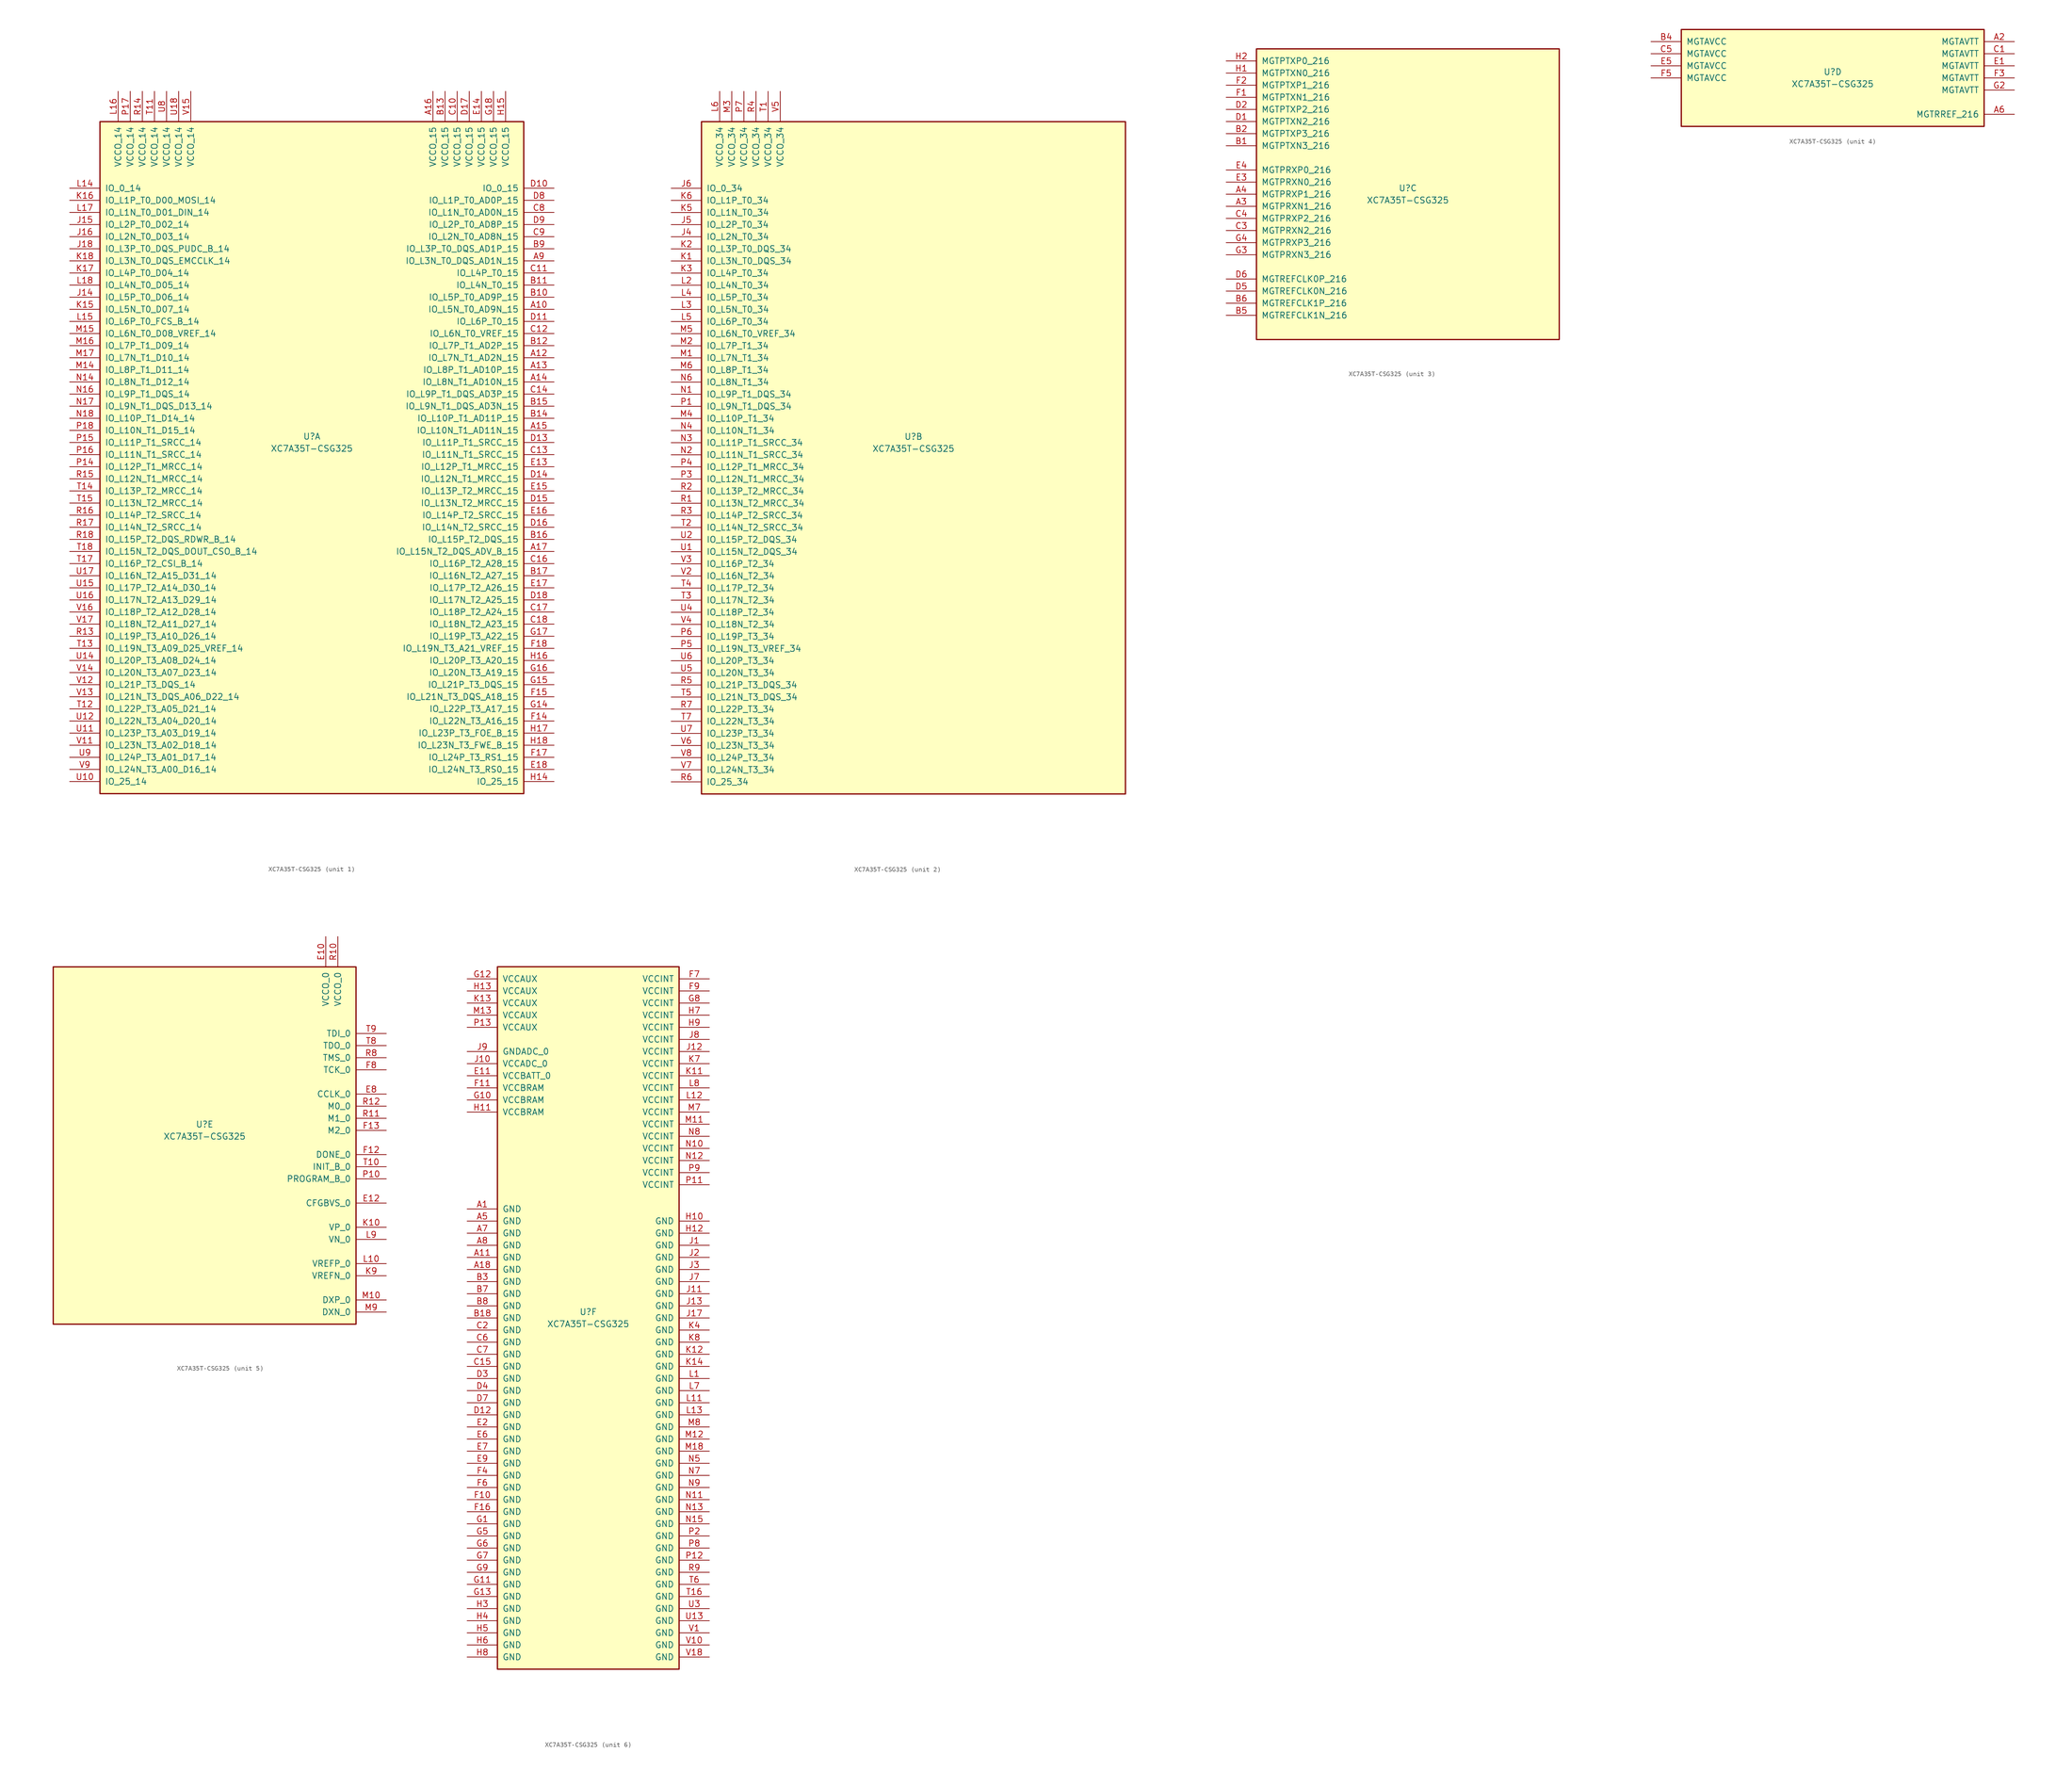
<source format=kicad_sym>
(kicad_symbol_lib
  (version 20211014)
  (generator kicad_symbol_editor)
  (symbol "XC7A35T-CSG325"
    (pin_names
      (offset 1.016))
    (property "Reference" "U"
      (at 0 1.27 0)
      (effects (font (size 1.27 1.27))))
    (property "Value" "XC7A35T-CSG325"
      (at 0 -1.27 0)
      (effects (font (size 1.27 1.27))))
    (property "Datasheet" ""
      (at 0 0 0)
      (effects (font (size 1.27 1.27))))
    (property "ki_locked" ""
      (at 0 0 0)
      (effects (font (size 1.27 1.27))))
    (symbol "XC7A35T-CSG325_1_1"
      (rectangle (start -44.45 67.31) (end 44.45 -73.66) (stroke (width 0.254) (type default) (color 0 0 0 0)) (fill (type background)))
      (pin bidirectional line (at 50.8 27.94 180) (length 6.35) (name "IO_L5N_T0_AD9N_15" (effects (font (size 1.27 1.27)))) (number "A10" (effects (font (size 1.27 1.27)))))
      (pin bidirectional line (at 50.8 17.78 180) (length 6.35) (name "IO_L7N_T1_AD2N_15" (effects (font (size 1.27 1.27)))) (number "A12" (effects (font (size 1.27 1.27)))))
      (pin bidirectional line (at 50.8 15.24 180) (length 6.35) (name "IO_L8P_T1_AD10P_15" (effects (font (size 1.27 1.27)))) (number "A13" (effects (font (size 1.27 1.27)))))
      (pin bidirectional line (at 50.8 12.7 180) (length 6.35) (name "IO_L8N_T1_AD10N_15" (effects (font (size 1.27 1.27)))) (number "A14" (effects (font (size 1.27 1.27)))))
      (pin bidirectional line (at 50.8 2.54 180) (length 6.35) (name "IO_L10N_T1_AD11N_15" (effects (font (size 1.27 1.27)))) (number "A15" (effects (font (size 1.27 1.27)))))
      (pin power_in line (at 25.4 73.66 270) (length 6.35) (name "VCCO_15" (effects (font (size 1.27 1.27)))) (number "A16" (effects (font (size 1.27 1.27)))))
      (pin bidirectional line (at 50.8 -22.86 180) (length 6.35) (name "IO_L15N_T2_DQS_ADV_B_15" (effects (font (size 1.27 1.27)))) (number "A17" (effects (font (size 1.27 1.27)))))
      (pin bidirectional line (at 50.8 38.1 180) (length 6.35) (name "IO_L3N_T0_DQS_AD1N_15" (effects (font (size 1.27 1.27)))) (number "A9" (effects (font (size 1.27 1.27)))))
      (pin bidirectional line (at 50.8 30.48 180) (length 6.35) (name "IO_L5P_T0_AD9P_15" (effects (font (size 1.27 1.27)))) (number "B10" (effects (font (size 1.27 1.27)))))
      (pin bidirectional line (at 50.8 33.02 180) (length 6.35) (name "IO_L4N_T0_15" (effects (font (size 1.27 1.27)))) (number "B11" (effects (font (size 1.27 1.27)))))
      (pin bidirectional line (at 50.8 20.32 180) (length 6.35) (name "IO_L7P_T1_AD2P_15" (effects (font (size 1.27 1.27)))) (number "B12" (effects (font (size 1.27 1.27)))))
      (pin power_in line (at 27.94 73.66 270) (length 6.35) (name "VCCO_15" (effects (font (size 1.27 1.27)))) (number "B13" (effects (font (size 1.27 1.27)))))
      (pin bidirectional line (at 50.8 5.08 180) (length 6.35) (name "IO_L10P_T1_AD11P_15" (effects (font (size 1.27 1.27)))) (number "B14" (effects (font (size 1.27 1.27)))))
      (pin bidirectional line (at 50.8 7.62 180) (length 6.35) (name "IO_L9N_T1_DQS_AD3N_15" (effects (font (size 1.27 1.27)))) (number "B15" (effects (font (size 1.27 1.27)))))
      (pin bidirectional line (at 50.8 -20.32 180) (length 6.35) (name "IO_L15P_T2_DQS_15" (effects (font (size 1.27 1.27)))) (number "B16" (effects (font (size 1.27 1.27)))))
      (pin bidirectional line (at 50.8 -27.94 180) (length 6.35) (name "IO_L16N_T2_A27_15" (effects (font (size 1.27 1.27)))) (number "B17" (effects (font (size 1.27 1.27)))))
      (pin bidirectional line (at 50.8 40.64 180) (length 6.35) (name "IO_L3P_T0_DQS_AD1P_15" (effects (font (size 1.27 1.27)))) (number "B9" (effects (font (size 1.27 1.27)))))
      (pin power_in line (at 30.48 73.66 270) (length 6.35) (name "VCCO_15" (effects (font (size 1.27 1.27)))) (number "C10" (effects (font (size 1.27 1.27)))))
      (pin bidirectional line (at 50.8 35.56 180) (length 6.35) (name "IO_L4P_T0_15" (effects (font (size 1.27 1.27)))) (number "C11" (effects (font (size 1.27 1.27)))))
      (pin bidirectional line (at 50.8 22.86 180) (length 6.35) (name "IO_L6N_T0_VREF_15" (effects (font (size 1.27 1.27)))) (number "C12" (effects (font (size 1.27 1.27)))))
      (pin bidirectional line (at 50.8 -2.54 180) (length 6.35) (name "IO_L11N_T1_SRCC_15" (effects (font (size 1.27 1.27)))) (number "C13" (effects (font (size 1.27 1.27)))))
      (pin bidirectional line (at 50.8 10.16 180) (length 6.35) (name "IO_L9P_T1_DQS_AD3P_15" (effects (font (size 1.27 1.27)))) (number "C14" (effects (font (size 1.27 1.27)))))
      (pin bidirectional line (at 50.8 -25.4 180) (length 6.35) (name "IO_L16P_T2_A28_15" (effects (font (size 1.27 1.27)))) (number "C16" (effects (font (size 1.27 1.27)))))
      (pin bidirectional line (at 50.8 -35.56 180) (length 6.35) (name "IO_L18P_T2_A24_15" (effects (font (size 1.27 1.27)))) (number "C17" (effects (font (size 1.27 1.27)))))
      (pin bidirectional line (at 50.8 -38.1 180) (length 6.35) (name "IO_L18N_T2_A23_15" (effects (font (size 1.27 1.27)))) (number "C18" (effects (font (size 1.27 1.27)))))
      (pin bidirectional line (at 50.8 48.26 180) (length 6.35) (name "IO_L1N_T0_AD0N_15" (effects (font (size 1.27 1.27)))) (number "C8" (effects (font (size 1.27 1.27)))))
      (pin bidirectional line (at 50.8 43.18 180) (length 6.35) (name "IO_L2N_T0_AD8N_15" (effects (font (size 1.27 1.27)))) (number "C9" (effects (font (size 1.27 1.27)))))
      (pin bidirectional line (at 50.8 53.34 180) (length 6.35) (name "IO_0_15" (effects (font (size 1.27 1.27)))) (number "D10" (effects (font (size 1.27 1.27)))))
      (pin bidirectional line (at 50.8 25.4 180) (length 6.35) (name "IO_L6P_T0_15" (effects (font (size 1.27 1.27)))) (number "D11" (effects (font (size 1.27 1.27)))))
      (pin bidirectional line (at 50.8 0 180) (length 6.35) (name "IO_L11P_T1_SRCC_15" (effects (font (size 1.27 1.27)))) (number "D13" (effects (font (size 1.27 1.27)))))
      (pin bidirectional line (at 50.8 -7.62 180) (length 6.35) (name "IO_L12N_T1_MRCC_15" (effects (font (size 1.27 1.27)))) (number "D14" (effects (font (size 1.27 1.27)))))
      (pin bidirectional line (at 50.8 -12.7 180) (length 6.35) (name "IO_L13N_T2_MRCC_15" (effects (font (size 1.27 1.27)))) (number "D15" (effects (font (size 1.27 1.27)))))
      (pin bidirectional line (at 50.8 -17.78 180) (length 6.35) (name "IO_L14N_T2_SRCC_15" (effects (font (size 1.27 1.27)))) (number "D16" (effects (font (size 1.27 1.27)))))
      (pin power_in line (at 33.02 73.66 270) (length 6.35) (name "VCCO_15" (effects (font (size 1.27 1.27)))) (number "D17" (effects (font (size 1.27 1.27)))))
      (pin bidirectional line (at 50.8 -33.02 180) (length 6.35) (name "IO_L17N_T2_A25_15" (effects (font (size 1.27 1.27)))) (number "D18" (effects (font (size 1.27 1.27)))))
      (pin bidirectional line (at 50.8 50.8 180) (length 6.35) (name "IO_L1P_T0_AD0P_15" (effects (font (size 1.27 1.27)))) (number "D8" (effects (font (size 1.27 1.27)))))
      (pin bidirectional line (at 50.8 45.72 180) (length 6.35) (name "IO_L2P_T0_AD8P_15" (effects (font (size 1.27 1.27)))) (number "D9" (effects (font (size 1.27 1.27)))))
      (pin bidirectional line (at 50.8 -5.08 180) (length 6.35) (name "IO_L12P_T1_MRCC_15" (effects (font (size 1.27 1.27)))) (number "E13" (effects (font (size 1.27 1.27)))))
      (pin power_in line (at 35.56 73.66 270) (length 6.35) (name "VCCO_15" (effects (font (size 1.27 1.27)))) (number "E14" (effects (font (size 1.27 1.27)))))
      (pin bidirectional line (at 50.8 -10.16 180) (length 6.35) (name "IO_L13P_T2_MRCC_15" (effects (font (size 1.27 1.27)))) (number "E15" (effects (font (size 1.27 1.27)))))
      (pin bidirectional line (at 50.8 -15.24 180) (length 6.35) (name "IO_L14P_T2_SRCC_15" (effects (font (size 1.27 1.27)))) (number "E16" (effects (font (size 1.27 1.27)))))
      (pin bidirectional line (at 50.8 -30.48 180) (length 6.35) (name "IO_L17P_T2_A26_15" (effects (font (size 1.27 1.27)))) (number "E17" (effects (font (size 1.27 1.27)))))
      (pin bidirectional line (at 50.8 -68.58 180) (length 6.35) (name "IO_L24N_T3_RS0_15" (effects (font (size 1.27 1.27)))) (number "E18" (effects (font (size 1.27 1.27)))))
      (pin bidirectional line (at 50.8 -58.42 180) (length 6.35) (name "IO_L22N_T3_A16_15" (effects (font (size 1.27 1.27)))) (number "F14" (effects (font (size 1.27 1.27)))))
      (pin bidirectional line (at 50.8 -53.34 180) (length 6.35) (name "IO_L21N_T3_DQS_A18_15" (effects (font (size 1.27 1.27)))) (number "F15" (effects (font (size 1.27 1.27)))))
      (pin bidirectional line (at 50.8 -66.04 180) (length 6.35) (name "IO_L24P_T3_RS1_15" (effects (font (size 1.27 1.27)))) (number "F17" (effects (font (size 1.27 1.27)))))
      (pin bidirectional line (at 50.8 -43.18 180) (length 6.35) (name "IO_L19N_T3_A21_VREF_15" (effects (font (size 1.27 1.27)))) (number "F18" (effects (font (size 1.27 1.27)))))
      (pin bidirectional line (at 50.8 -55.88 180) (length 6.35) (name "IO_L22P_T3_A17_15" (effects (font (size 1.27 1.27)))) (number "G14" (effects (font (size 1.27 1.27)))))
      (pin bidirectional line (at 50.8 -50.8 180) (length 6.35) (name "IO_L21P_T3_DQS_15" (effects (font (size 1.27 1.27)))) (number "G15" (effects (font (size 1.27 1.27)))))
      (pin bidirectional line (at 50.8 -48.26 180) (length 6.35) (name "IO_L20N_T3_A19_15" (effects (font (size 1.27 1.27)))) (number "G16" (effects (font (size 1.27 1.27)))))
      (pin bidirectional line (at 50.8 -40.64 180) (length 6.35) (name "IO_L19P_T3_A22_15" (effects (font (size 1.27 1.27)))) (number "G17" (effects (font (size 1.27 1.27)))))
      (pin power_in line (at 38.1 73.66 270) (length 6.35) (name "VCCO_15" (effects (font (size 1.27 1.27)))) (number "G18" (effects (font (size 1.27 1.27)))))
      (pin bidirectional line (at 50.8 -71.12 180) (length 6.35) (name "IO_25_15" (effects (font (size 1.27 1.27)))) (number "H14" (effects (font (size 1.27 1.27)))))
      (pin power_in line (at 40.64 73.66 270) (length 6.35) (name "VCCO_15" (effects (font (size 1.27 1.27)))) (number "H15" (effects (font (size 1.27 1.27)))))
      (pin bidirectional line (at 50.8 -45.72 180) (length 6.35) (name "IO_L20P_T3_A20_15" (effects (font (size 1.27 1.27)))) (number "H16" (effects (font (size 1.27 1.27)))))
      (pin bidirectional line (at 50.8 -60.96 180) (length 6.35) (name "IO_L23P_T3_FOE_B_15" (effects (font (size 1.27 1.27)))) (number "H17" (effects (font (size 1.27 1.27)))))
      (pin bidirectional line (at 50.8 -63.5 180) (length 6.35) (name "IO_L23N_T3_FWE_B_15" (effects (font (size 1.27 1.27)))) (number "H18" (effects (font (size 1.27 1.27)))))
      (pin bidirectional line (at -50.8 30.48 0) (length 6.35) (name "IO_L5P_T0_D06_14" (effects (font (size 1.27 1.27)))) (number "J14" (effects (font (size 1.27 1.27)))))
      (pin bidirectional line (at -50.8 45.72 0) (length 6.35) (name "IO_L2P_T0_D02_14" (effects (font (size 1.27 1.27)))) (number "J15" (effects (font (size 1.27 1.27)))))
      (pin bidirectional line (at -50.8 43.18 0) (length 6.35) (name "IO_L2N_T0_D03_14" (effects (font (size 1.27 1.27)))) (number "J16" (effects (font (size 1.27 1.27)))))
      (pin bidirectional line (at -50.8 40.64 0) (length 6.35) (name "IO_L3P_T0_DQS_PUDC_B_14" (effects (font (size 1.27 1.27)))) (number "J18" (effects (font (size 1.27 1.27)))))
      (pin bidirectional line (at -50.8 27.94 0) (length 6.35) (name "IO_L5N_T0_D07_14" (effects (font (size 1.27 1.27)))) (number "K15" (effects (font (size 1.27 1.27)))))
      (pin bidirectional line (at -50.8 50.8 0) (length 6.35) (name "IO_L1P_T0_D00_MOSI_14" (effects (font (size 1.27 1.27)))) (number "K16" (effects (font (size 1.27 1.27)))))
      (pin bidirectional line (at -50.8 35.56 0) (length 6.35) (name "IO_L4P_T0_D04_14" (effects (font (size 1.27 1.27)))) (number "K17" (effects (font (size 1.27 1.27)))))
      (pin bidirectional line (at -50.8 38.1 0) (length 6.35) (name "IO_L3N_T0_DQS_EMCCLK_14" (effects (font (size 1.27 1.27)))) (number "K18" (effects (font (size 1.27 1.27)))))
      (pin bidirectional line (at -50.8 53.34 0) (length 6.35) (name "IO_0_14" (effects (font (size 1.27 1.27)))) (number "L14" (effects (font (size 1.27 1.27)))))
      (pin bidirectional line (at -50.8 25.4 0) (length 6.35) (name "IO_L6P_T0_FCS_B_14" (effects (font (size 1.27 1.27)))) (number "L15" (effects (font (size 1.27 1.27)))))
      (pin power_in line (at -40.64 73.66 270) (length 6.35) (name "VCCO_14" (effects (font (size 1.27 1.27)))) (number "L16" (effects (font (size 1.27 1.27)))))
      (pin bidirectional line (at -50.8 48.26 0) (length 6.35) (name "IO_L1N_T0_D01_DIN_14" (effects (font (size 1.27 1.27)))) (number "L17" (effects (font (size 1.27 1.27)))))
      (pin bidirectional line (at -50.8 33.02 0) (length 6.35) (name "IO_L4N_T0_D05_14" (effects (font (size 1.27 1.27)))) (number "L18" (effects (font (size 1.27 1.27)))))
      (pin bidirectional line (at -50.8 15.24 0) (length 6.35) (name "IO_L8P_T1_D11_14" (effects (font (size 1.27 1.27)))) (number "M14" (effects (font (size 1.27 1.27)))))
      (pin bidirectional line (at -50.8 22.86 0) (length 6.35) (name "IO_L6N_T0_D08_VREF_14" (effects (font (size 1.27 1.27)))) (number "M15" (effects (font (size 1.27 1.27)))))
      (pin bidirectional line (at -50.8 20.32 0) (length 6.35) (name "IO_L7P_T1_D09_14" (effects (font (size 1.27 1.27)))) (number "M16" (effects (font (size 1.27 1.27)))))
      (pin bidirectional line (at -50.8 17.78 0) (length 6.35) (name "IO_L7N_T1_D10_14" (effects (font (size 1.27 1.27)))) (number "M17" (effects (font (size 1.27 1.27)))))
      (pin bidirectional line (at -50.8 12.7 0) (length 6.35) (name "IO_L8N_T1_D12_14" (effects (font (size 1.27 1.27)))) (number "N14" (effects (font (size 1.27 1.27)))))
      (pin bidirectional line (at -50.8 10.16 0) (length 6.35) (name "IO_L9P_T1_DQS_14" (effects (font (size 1.27 1.27)))) (number "N16" (effects (font (size 1.27 1.27)))))
      (pin bidirectional line (at -50.8 7.62 0) (length 6.35) (name "IO_L9N_T1_DQS_D13_14" (effects (font (size 1.27 1.27)))) (number "N17" (effects (font (size 1.27 1.27)))))
      (pin bidirectional line (at -50.8 5.08 0) (length 6.35) (name "IO_L10P_T1_D14_14" (effects (font (size 1.27 1.27)))) (number "N18" (effects (font (size 1.27 1.27)))))
      (pin bidirectional line (at -50.8 -5.08 0) (length 6.35) (name "IO_L12P_T1_MRCC_14" (effects (font (size 1.27 1.27)))) (number "P14" (effects (font (size 1.27 1.27)))))
      (pin bidirectional line (at -50.8 0 0) (length 6.35) (name "IO_L11P_T1_SRCC_14" (effects (font (size 1.27 1.27)))) (number "P15" (effects (font (size 1.27 1.27)))))
      (pin bidirectional line (at -50.8 -2.54 0) (length 6.35) (name "IO_L11N_T1_SRCC_14" (effects (font (size 1.27 1.27)))) (number "P16" (effects (font (size 1.27 1.27)))))
      (pin power_in line (at -38.1 73.66 270) (length 6.35) (name "VCCO_14" (effects (font (size 1.27 1.27)))) (number "P17" (effects (font (size 1.27 1.27)))))
      (pin bidirectional line (at -50.8 2.54 0) (length 6.35) (name "IO_L10N_T1_D15_14" (effects (font (size 1.27 1.27)))) (number "P18" (effects (font (size 1.27 1.27)))))
      (pin bidirectional line (at -50.8 -40.64 0) (length 6.35) (name "IO_L19P_T3_A10_D26_14" (effects (font (size 1.27 1.27)))) (number "R13" (effects (font (size 1.27 1.27)))))
      (pin power_in line (at -35.56 73.66 270) (length 6.35) (name "VCCO_14" (effects (font (size 1.27 1.27)))) (number "R14" (effects (font (size 1.27 1.27)))))
      (pin bidirectional line (at -50.8 -7.62 0) (length 6.35) (name "IO_L12N_T1_MRCC_14" (effects (font (size 1.27 1.27)))) (number "R15" (effects (font (size 1.27 1.27)))))
      (pin bidirectional line (at -50.8 -15.24 0) (length 6.35) (name "IO_L14P_T2_SRCC_14" (effects (font (size 1.27 1.27)))) (number "R16" (effects (font (size 1.27 1.27)))))
      (pin bidirectional line (at -50.8 -17.78 0) (length 6.35) (name "IO_L14N_T2_SRCC_14" (effects (font (size 1.27 1.27)))) (number "R17" (effects (font (size 1.27 1.27)))))
      (pin bidirectional line (at -50.8 -20.32 0) (length 6.35) (name "IO_L15P_T2_DQS_RDWR_B_14" (effects (font (size 1.27 1.27)))) (number "R18" (effects (font (size 1.27 1.27)))))
      (pin power_in line (at -33.02 73.66 270) (length 6.35) (name "VCCO_14" (effects (font (size 1.27 1.27)))) (number "T11" (effects (font (size 1.27 1.27)))))
      (pin bidirectional line (at -50.8 -55.88 0) (length 6.35) (name "IO_L22P_T3_A05_D21_14" (effects (font (size 1.27 1.27)))) (number "T12" (effects (font (size 1.27 1.27)))))
      (pin bidirectional line (at -50.8 -43.18 0) (length 6.35) (name "IO_L19N_T3_A09_D25_VREF_14" (effects (font (size 1.27 1.27)))) (number "T13" (effects (font (size 1.27 1.27)))))
      (pin bidirectional line (at -50.8 -10.16 0) (length 6.35) (name "IO_L13P_T2_MRCC_14" (effects (font (size 1.27 1.27)))) (number "T14" (effects (font (size 1.27 1.27)))))
      (pin bidirectional line (at -50.8 -12.7 0) (length 6.35) (name "IO_L13N_T2_MRCC_14" (effects (font (size 1.27 1.27)))) (number "T15" (effects (font (size 1.27 1.27)))))
      (pin bidirectional line (at -50.8 -25.4 0) (length 6.35) (name "IO_L16P_T2_CSI_B_14" (effects (font (size 1.27 1.27)))) (number "T17" (effects (font (size 1.27 1.27)))))
      (pin bidirectional line (at -50.8 -22.86 0) (length 6.35) (name "IO_L15N_T2_DQS_DOUT_CSO_B_14" (effects (font (size 1.27 1.27)))) (number "T18" (effects (font (size 1.27 1.27)))))
      (pin bidirectional line (at -50.8 -71.12 0) (length 6.35) (name "IO_25_14" (effects (font (size 1.27 1.27)))) (number "U10" (effects (font (size 1.27 1.27)))))
      (pin bidirectional line (at -50.8 -60.96 0) (length 6.35) (name "IO_L23P_T3_A03_D19_14" (effects (font (size 1.27 1.27)))) (number "U11" (effects (font (size 1.27 1.27)))))
      (pin bidirectional line (at -50.8 -58.42 0) (length 6.35) (name "IO_L22N_T3_A04_D20_14" (effects (font (size 1.27 1.27)))) (number "U12" (effects (font (size 1.27 1.27)))))
      (pin bidirectional line (at -50.8 -45.72 0) (length 6.35) (name "IO_L20P_T3_A08_D24_14" (effects (font (size 1.27 1.27)))) (number "U14" (effects (font (size 1.27 1.27)))))
      (pin bidirectional line (at -50.8 -30.48 0) (length 6.35) (name "IO_L17P_T2_A14_D30_14" (effects (font (size 1.27 1.27)))) (number "U15" (effects (font (size 1.27 1.27)))))
      (pin bidirectional line (at -50.8 -33.02 0) (length 6.35) (name "IO_L17N_T2_A13_D29_14" (effects (font (size 1.27 1.27)))) (number "U16" (effects (font (size 1.27 1.27)))))
      (pin bidirectional line (at -50.8 -27.94 0) (length 6.35) (name "IO_L16N_T2_A15_D31_14" (effects (font (size 1.27 1.27)))) (number "U17" (effects (font (size 1.27 1.27)))))
      (pin power_in line (at -27.94 73.66 270) (length 6.35) (name "VCCO_14" (effects (font (size 1.27 1.27)))) (number "U18" (effects (font (size 1.27 1.27)))))
      (pin power_in line (at -30.48 73.66 270) (length 6.35) (name "VCCO_14" (effects (font (size 1.27 1.27)))) (number "U8" (effects (font (size 1.27 1.27)))))
      (pin bidirectional line (at -50.8 -66.04 0) (length 6.35) (name "IO_L24P_T3_A01_D17_14" (effects (font (size 1.27 1.27)))) (number "U9" (effects (font (size 1.27 1.27)))))
      (pin bidirectional line (at -50.8 -63.5 0) (length 6.35) (name "IO_L23N_T3_A02_D18_14" (effects (font (size 1.27 1.27)))) (number "V11" (effects (font (size 1.27 1.27)))))
      (pin bidirectional line (at -50.8 -50.8 0) (length 6.35) (name "IO_L21P_T3_DQS_14" (effects (font (size 1.27 1.27)))) (number "V12" (effects (font (size 1.27 1.27)))))
      (pin bidirectional line (at -50.8 -53.34 0) (length 6.35) (name "IO_L21N_T3_DQS_A06_D22_14" (effects (font (size 1.27 1.27)))) (number "V13" (effects (font (size 1.27 1.27)))))
      (pin bidirectional line (at -50.8 -48.26 0) (length 6.35) (name "IO_L20N_T3_A07_D23_14" (effects (font (size 1.27 1.27)))) (number "V14" (effects (font (size 1.27 1.27)))))
      (pin power_in line (at -25.4 73.66 270) (length 6.35) (name "VCCO_14" (effects (font (size 1.27 1.27)))) (number "V15" (effects (font (size 1.27 1.27)))))
      (pin bidirectional line (at -50.8 -35.56 0) (length 6.35) (name "IO_L18P_T2_A12_D28_14" (effects (font (size 1.27 1.27)))) (number "V16" (effects (font (size 1.27 1.27)))))
      (pin bidirectional line (at -50.8 -38.1 0) (length 6.35) (name "IO_L18N_T2_A11_D27_14" (effects (font (size 1.27 1.27)))) (number "V17" (effects (font (size 1.27 1.27)))))
      (pin bidirectional line (at -50.8 -68.58 0) (length 6.35) (name "IO_L24N_T3_A00_D16_14" (effects (font (size 1.27 1.27)))) (number "V9" (effects (font (size 1.27 1.27))))))
    (symbol "XC7A35T-CSG325_2_1"
      (rectangle (start -44.45 67.31) (end 44.45 -73.66) (stroke (width 0.254) (type default) (color 0 0 0 0)) (fill (type background)))
      (pin bidirectional line (at -50.8 43.18 0) (length 6.35) (name "IO_L2N_T0_34" (effects (font (size 1.27 1.27)))) (number "J4" (effects (font (size 1.27 1.27)))))
      (pin bidirectional line (at -50.8 45.72 0) (length 6.35) (name "IO_L2P_T0_34" (effects (font (size 1.27 1.27)))) (number "J5" (effects (font (size 1.27 1.27)))))
      (pin bidirectional line (at -50.8 53.34 0) (length 6.35) (name "IO_0_34" (effects (font (size 1.27 1.27)))) (number "J6" (effects (font (size 1.27 1.27)))))
      (pin bidirectional line (at -50.8 38.1 0) (length 6.35) (name "IO_L3N_T0_DQS_34" (effects (font (size 1.27 1.27)))) (number "K1" (effects (font (size 1.27 1.27)))))
      (pin bidirectional line (at -50.8 40.64 0) (length 6.35) (name "IO_L3P_T0_DQS_34" (effects (font (size 1.27 1.27)))) (number "K2" (effects (font (size 1.27 1.27)))))
      (pin bidirectional line (at -50.8 35.56 0) (length 6.35) (name "IO_L4P_T0_34" (effects (font (size 1.27 1.27)))) (number "K3" (effects (font (size 1.27 1.27)))))
      (pin bidirectional line (at -50.8 48.26 0) (length 6.35) (name "IO_L1N_T0_34" (effects (font (size 1.27 1.27)))) (number "K5" (effects (font (size 1.27 1.27)))))
      (pin bidirectional line (at -50.8 50.8 0) (length 6.35) (name "IO_L1P_T0_34" (effects (font (size 1.27 1.27)))) (number "K6" (effects (font (size 1.27 1.27)))))
      (pin bidirectional line (at -50.8 33.02 0) (length 6.35) (name "IO_L4N_T0_34" (effects (font (size 1.27 1.27)))) (number "L2" (effects (font (size 1.27 1.27)))))
      (pin bidirectional line (at -50.8 27.94 0) (length 6.35) (name "IO_L5N_T0_34" (effects (font (size 1.27 1.27)))) (number "L3" (effects (font (size 1.27 1.27)))))
      (pin bidirectional line (at -50.8 30.48 0) (length 6.35) (name "IO_L5P_T0_34" (effects (font (size 1.27 1.27)))) (number "L4" (effects (font (size 1.27 1.27)))))
      (pin bidirectional line (at -50.8 25.4 0) (length 6.35) (name "IO_L6P_T0_34" (effects (font (size 1.27 1.27)))) (number "L5" (effects (font (size 1.27 1.27)))))
      (pin power_in line (at -40.64 73.66 270) (length 6.35) (name "VCCO_34" (effects (font (size 1.27 1.27)))) (number "L6" (effects (font (size 1.27 1.27)))))
      (pin bidirectional line (at -50.8 17.78 0) (length 6.35) (name "IO_L7N_T1_34" (effects (font (size 1.27 1.27)))) (number "M1" (effects (font (size 1.27 1.27)))))
      (pin bidirectional line (at -50.8 20.32 0) (length 6.35) (name "IO_L7P_T1_34" (effects (font (size 1.27 1.27)))) (number "M2" (effects (font (size 1.27 1.27)))))
      (pin power_in line (at -38.1 73.66 270) (length 6.35) (name "VCCO_34" (effects (font (size 1.27 1.27)))) (number "M3" (effects (font (size 1.27 1.27)))))
      (pin bidirectional line (at -50.8 5.08 0) (length 6.35) (name "IO_L10P_T1_34" (effects (font (size 1.27 1.27)))) (number "M4" (effects (font (size 1.27 1.27)))))
      (pin bidirectional line (at -50.8 22.86 0) (length 6.35) (name "IO_L6N_T0_VREF_34" (effects (font (size 1.27 1.27)))) (number "M5" (effects (font (size 1.27 1.27)))))
      (pin bidirectional line (at -50.8 15.24 0) (length 6.35) (name "IO_L8P_T1_34" (effects (font (size 1.27 1.27)))) (number "M6" (effects (font (size 1.27 1.27)))))
      (pin bidirectional line (at -50.8 10.16 0) (length 6.35) (name "IO_L9P_T1_DQS_34" (effects (font (size 1.27 1.27)))) (number "N1" (effects (font (size 1.27 1.27)))))
      (pin bidirectional line (at -50.8 -2.54 0) (length 6.35) (name "IO_L11N_T1_SRCC_34" (effects (font (size 1.27 1.27)))) (number "N2" (effects (font (size 1.27 1.27)))))
      (pin bidirectional line (at -50.8 0 0) (length 6.35) (name "IO_L11P_T1_SRCC_34" (effects (font (size 1.27 1.27)))) (number "N3" (effects (font (size 1.27 1.27)))))
      (pin bidirectional line (at -50.8 2.54 0) (length 6.35) (name "IO_L10N_T1_34" (effects (font (size 1.27 1.27)))) (number "N4" (effects (font (size 1.27 1.27)))))
      (pin bidirectional line (at -50.8 12.7 0) (length 6.35) (name "IO_L8N_T1_34" (effects (font (size 1.27 1.27)))) (number "N6" (effects (font (size 1.27 1.27)))))
      (pin bidirectional line (at -50.8 7.62 0) (length 6.35) (name "IO_L9N_T1_DQS_34" (effects (font (size 1.27 1.27)))) (number "P1" (effects (font (size 1.27 1.27)))))
      (pin bidirectional line (at -50.8 -7.62 0) (length 6.35) (name "IO_L12N_T1_MRCC_34" (effects (font (size 1.27 1.27)))) (number "P3" (effects (font (size 1.27 1.27)))))
      (pin bidirectional line (at -50.8 -5.08 0) (length 6.35) (name "IO_L12P_T1_MRCC_34" (effects (font (size 1.27 1.27)))) (number "P4" (effects (font (size 1.27 1.27)))))
      (pin bidirectional line (at -50.8 -43.18 0) (length 6.35) (name "IO_L19N_T3_VREF_34" (effects (font (size 1.27 1.27)))) (number "P5" (effects (font (size 1.27 1.27)))))
      (pin bidirectional line (at -50.8 -40.64 0) (length 6.35) (name "IO_L19P_T3_34" (effects (font (size 1.27 1.27)))) (number "P6" (effects (font (size 1.27 1.27)))))
      (pin power_in line (at -35.56 73.66 270) (length 6.35) (name "VCCO_34" (effects (font (size 1.27 1.27)))) (number "P7" (effects (font (size 1.27 1.27)))))
      (pin bidirectional line (at -50.8 -12.7 0) (length 6.35) (name "IO_L13N_T2_MRCC_34" (effects (font (size 1.27 1.27)))) (number "R1" (effects (font (size 1.27 1.27)))))
      (pin bidirectional line (at -50.8 -10.16 0) (length 6.35) (name "IO_L13P_T2_MRCC_34" (effects (font (size 1.27 1.27)))) (number "R2" (effects (font (size 1.27 1.27)))))
      (pin bidirectional line (at -50.8 -15.24 0) (length 6.35) (name "IO_L14P_T2_SRCC_34" (effects (font (size 1.27 1.27)))) (number "R3" (effects (font (size 1.27 1.27)))))
      (pin power_in line (at -33.02 73.66 270) (length 6.35) (name "VCCO_34" (effects (font (size 1.27 1.27)))) (number "R4" (effects (font (size 1.27 1.27)))))
      (pin bidirectional line (at -50.8 -50.8 0) (length 6.35) (name "IO_L21P_T3_DQS_34" (effects (font (size 1.27 1.27)))) (number "R5" (effects (font (size 1.27 1.27)))))
      (pin bidirectional line (at -50.8 -71.12 0) (length 6.35) (name "IO_25_34" (effects (font (size 1.27 1.27)))) (number "R6" (effects (font (size 1.27 1.27)))))
      (pin bidirectional line (at -50.8 -55.88 0) (length 6.35) (name "IO_L22P_T3_34" (effects (font (size 1.27 1.27)))) (number "R7" (effects (font (size 1.27 1.27)))))
      (pin power_in line (at -30.48 73.66 270) (length 6.35) (name "VCCO_34" (effects (font (size 1.27 1.27)))) (number "T1" (effects (font (size 1.27 1.27)))))
      (pin bidirectional line (at -50.8 -17.78 0) (length 6.35) (name "IO_L14N_T2_SRCC_34" (effects (font (size 1.27 1.27)))) (number "T2" (effects (font (size 1.27 1.27)))))
      (pin bidirectional line (at -50.8 -33.02 0) (length 6.35) (name "IO_L17N_T2_34" (effects (font (size 1.27 1.27)))) (number "T3" (effects (font (size 1.27 1.27)))))
      (pin bidirectional line (at -50.8 -30.48 0) (length 6.35) (name "IO_L17P_T2_34" (effects (font (size 1.27 1.27)))) (number "T4" (effects (font (size 1.27 1.27)))))
      (pin bidirectional line (at -50.8 -53.34 0) (length 6.35) (name "IO_L21N_T3_DQS_34" (effects (font (size 1.27 1.27)))) (number "T5" (effects (font (size 1.27 1.27)))))
      (pin bidirectional line (at -50.8 -58.42 0) (length 6.35) (name "IO_L22N_T3_34" (effects (font (size 1.27 1.27)))) (number "T7" (effects (font (size 1.27 1.27)))))
      (pin bidirectional line (at -50.8 -22.86 0) (length 6.35) (name "IO_L15N_T2_DQS_34" (effects (font (size 1.27 1.27)))) (number "U1" (effects (font (size 1.27 1.27)))))
      (pin bidirectional line (at -50.8 -20.32 0) (length 6.35) (name "IO_L15P_T2_DQS_34" (effects (font (size 1.27 1.27)))) (number "U2" (effects (font (size 1.27 1.27)))))
      (pin bidirectional line (at -50.8 -35.56 0) (length 6.35) (name "IO_L18P_T2_34" (effects (font (size 1.27 1.27)))) (number "U4" (effects (font (size 1.27 1.27)))))
      (pin bidirectional line (at -50.8 -48.26 0) (length 6.35) (name "IO_L20N_T3_34" (effects (font (size 1.27 1.27)))) (number "U5" (effects (font (size 1.27 1.27)))))
      (pin bidirectional line (at -50.8 -45.72 0) (length 6.35) (name "IO_L20P_T3_34" (effects (font (size 1.27 1.27)))) (number "U6" (effects (font (size 1.27 1.27)))))
      (pin bidirectional line (at -50.8 -60.96 0) (length 6.35) (name "IO_L23P_T3_34" (effects (font (size 1.27 1.27)))) (number "U7" (effects (font (size 1.27 1.27)))))
      (pin bidirectional line (at -50.8 -27.94 0) (length 6.35) (name "IO_L16N_T2_34" (effects (font (size 1.27 1.27)))) (number "V2" (effects (font (size 1.27 1.27)))))
      (pin bidirectional line (at -50.8 -25.4 0) (length 6.35) (name "IO_L16P_T2_34" (effects (font (size 1.27 1.27)))) (number "V3" (effects (font (size 1.27 1.27)))))
      (pin bidirectional line (at -50.8 -38.1 0) (length 6.35) (name "IO_L18N_T2_34" (effects (font (size 1.27 1.27)))) (number "V4" (effects (font (size 1.27 1.27)))))
      (pin power_in line (at -27.94 73.66 270) (length 6.35) (name "VCCO_34" (effects (font (size 1.27 1.27)))) (number "V5" (effects (font (size 1.27 1.27)))))
      (pin bidirectional line (at -50.8 -63.5 0) (length 6.35) (name "IO_L23N_T3_34" (effects (font (size 1.27 1.27)))) (number "V6" (effects (font (size 1.27 1.27)))))
      (pin bidirectional line (at -50.8 -68.58 0) (length 6.35) (name "IO_L24N_T3_34" (effects (font (size 1.27 1.27)))) (number "V7" (effects (font (size 1.27 1.27)))))
      (pin bidirectional line (at -50.8 -66.04 0) (length 6.35) (name "IO_L24P_T3_34" (effects (font (size 1.27 1.27)))) (number "V8" (effects (font (size 1.27 1.27))))))
    (symbol "XC7A35T-CSG325_3_1"
      (rectangle (start -31.75 30.48) (end 31.75 -30.48) (stroke (width 0.254) (type default) (color 0 0 0 0)) (fill (type background)))
      (pin bidirectional line (at -38.1 -2.54 0) (length 6.35) (name "MGTPRXN1_216" (effects (font (size 1.27 1.27)))) (number "A3" (effects (font (size 1.27 1.27)))))
      (pin bidirectional line (at -38.1 0 0) (length 6.35) (name "MGTPRXP1_216" (effects (font (size 1.27 1.27)))) (number "A4" (effects (font (size 1.27 1.27)))))
      (pin bidirectional line (at -38.1 10.16 0) (length 6.35) (name "MGTPTXN3_216" (effects (font (size 1.27 1.27)))) (number "B1" (effects (font (size 1.27 1.27)))))
      (pin bidirectional line (at -38.1 12.7 0) (length 6.35) (name "MGTPTXP3_216" (effects (font (size 1.27 1.27)))) (number "B2" (effects (font (size 1.27 1.27)))))
      (pin bidirectional line (at -38.1 -25.4 0) (length 6.35) (name "MGTREFCLK1N_216" (effects (font (size 1.27 1.27)))) (number "B5" (effects (font (size 1.27 1.27)))))
      (pin bidirectional line (at -38.1 -22.86 0) (length 6.35) (name "MGTREFCLK1P_216" (effects (font (size 1.27 1.27)))) (number "B6" (effects (font (size 1.27 1.27)))))
      (pin bidirectional line (at -38.1 -7.62 0) (length 6.35) (name "MGTPRXN2_216" (effects (font (size 1.27 1.27)))) (number "C3" (effects (font (size 1.27 1.27)))))
      (pin bidirectional line (at -38.1 -5.08 0) (length 6.35) (name "MGTPRXP2_216" (effects (font (size 1.27 1.27)))) (number "C4" (effects (font (size 1.27 1.27)))))
      (pin bidirectional line (at -38.1 15.24 0) (length 6.35) (name "MGTPTXN2_216" (effects (font (size 1.27 1.27)))) (number "D1" (effects (font (size 1.27 1.27)))))
      (pin bidirectional line (at -38.1 17.78 0) (length 6.35) (name "MGTPTXP2_216" (effects (font (size 1.27 1.27)))) (number "D2" (effects (font (size 1.27 1.27)))))
      (pin bidirectional line (at -38.1 -20.32 0) (length 6.35) (name "MGTREFCLK0N_216" (effects (font (size 1.27 1.27)))) (number "D5" (effects (font (size 1.27 1.27)))))
      (pin bidirectional line (at -38.1 -17.78 0) (length 6.35) (name "MGTREFCLK0P_216" (effects (font (size 1.27 1.27)))) (number "D6" (effects (font (size 1.27 1.27)))))
      (pin bidirectional line (at -38.1 2.54 0) (length 6.35) (name "MGTPRXN0_216" (effects (font (size 1.27 1.27)))) (number "E3" (effects (font (size 1.27 1.27)))))
      (pin bidirectional line (at -38.1 5.08 0) (length 6.35) (name "MGTPRXP0_216" (effects (font (size 1.27 1.27)))) (number "E4" (effects (font (size 1.27 1.27)))))
      (pin bidirectional line (at -38.1 20.32 0) (length 6.35) (name "MGTPTXN1_216" (effects (font (size 1.27 1.27)))) (number "F1" (effects (font (size 1.27 1.27)))))
      (pin bidirectional line (at -38.1 22.86 0) (length 6.35) (name "MGTPTXP1_216" (effects (font (size 1.27 1.27)))) (number "F2" (effects (font (size 1.27 1.27)))))
      (pin bidirectional line (at -38.1 -12.7 0) (length 6.35) (name "MGTPRXN3_216" (effects (font (size 1.27 1.27)))) (number "G3" (effects (font (size 1.27 1.27)))))
      (pin bidirectional line (at -38.1 -10.16 0) (length 6.35) (name "MGTPRXP3_216" (effects (font (size 1.27 1.27)))) (number "G4" (effects (font (size 1.27 1.27)))))
      (pin bidirectional line (at -38.1 25.4 0) (length 6.35) (name "MGTPTXN0_216" (effects (font (size 1.27 1.27)))) (number "H1" (effects (font (size 1.27 1.27)))))
      (pin bidirectional line (at -38.1 27.94 0) (length 6.35) (name "MGTPTXP0_216" (effects (font (size 1.27 1.27)))) (number "H2" (effects (font (size 1.27 1.27))))))
    (symbol "XC7A35T-CSG325_4_1"
      (rectangle (start -31.75 10.16) (end 31.75 -10.16) (stroke (width 0.254) (type default) (color 0 0 0 0)) (fill (type background)))
      (pin power_in line (at 38.1 7.62 180) (length 6.35) (name "MGTAVTT" (effects (font (size 1.27 1.27)))) (number "A2" (effects (font (size 1.27 1.27)))))
      (pin power_in line (at 38.1 -7.62 180) (length 6.35) (name "MGTRREF_216" (effects (font (size 1.27 1.27)))) (number "A6" (effects (font (size 1.27 1.27)))))
      (pin power_in line (at -38.1 7.62 0) (length 6.35) (name "MGTAVCC" (effects (font (size 1.27 1.27)))) (number "B4" (effects (font (size 1.27 1.27)))))
      (pin power_in line (at 38.1 5.08 180) (length 6.35) (name "MGTAVTT" (effects (font (size 1.27 1.27)))) (number "C1" (effects (font (size 1.27 1.27)))))
      (pin power_in line (at -38.1 5.08 0) (length 6.35) (name "MGTAVCC" (effects (font (size 1.27 1.27)))) (number "C5" (effects (font (size 1.27 1.27)))))
      (pin power_in line (at 38.1 2.54 180) (length 6.35) (name "MGTAVTT" (effects (font (size 1.27 1.27)))) (number "E1" (effects (font (size 1.27 1.27)))))
      (pin power_in line (at -38.1 2.54 0) (length 6.35) (name "MGTAVCC" (effects (font (size 1.27 1.27)))) (number "E5" (effects (font (size 1.27 1.27)))))
      (pin power_in line (at 38.1 0 180) (length 6.35) (name "MGTAVTT" (effects (font (size 1.27 1.27)))) (number "F3" (effects (font (size 1.27 1.27)))))
      (pin power_in line (at -38.1 0 0) (length 6.35) (name "MGTAVCC" (effects (font (size 1.27 1.27)))) (number "F5" (effects (font (size 1.27 1.27)))))
      (pin power_in line (at 38.1 -2.54 180) (length 6.35) (name "MGTAVTT" (effects (font (size 1.27 1.27)))) (number "G2" (effects (font (size 1.27 1.27))))))
    (symbol "XC7A35T-CSG325_5_1"
      (rectangle (start -31.75 34.29) (end 31.75 -40.64) (stroke (width 0.254) (type default) (color 0 0 0 0)) (fill (type background)))
      (pin power_in line (at 25.4 40.64 270) (length 6.35) (name "VCCO_0" (effects (font (size 1.27 1.27)))) (number "E10" (effects (font (size 1.27 1.27)))))
      (pin bidirectional line (at 38.1 -15.24 180) (length 6.35) (name "CFGBVS_0" (effects (font (size 1.27 1.27)))) (number "E12" (effects (font (size 1.27 1.27)))))
      (pin bidirectional line (at 38.1 7.62 180) (length 6.35) (name "CCLK_0" (effects (font (size 1.27 1.27)))) (number "E8" (effects (font (size 1.27 1.27)))))
      (pin bidirectional line (at 38.1 -5.08 180) (length 6.35) (name "DONE_0" (effects (font (size 1.27 1.27)))) (number "F12" (effects (font (size 1.27 1.27)))))
      (pin bidirectional line (at 38.1 0 180) (length 6.35) (name "M2_0" (effects (font (size 1.27 1.27)))) (number "F13" (effects (font (size 1.27 1.27)))))
      (pin bidirectional line (at 38.1 12.7 180) (length 6.35) (name "TCK_0" (effects (font (size 1.27 1.27)))) (number "F8" (effects (font (size 1.27 1.27)))))
      (pin bidirectional line (at 38.1 -20.32 180) (length 6.35) (name "VP_0" (effects (font (size 1.27 1.27)))) (number "K10" (effects (font (size 1.27 1.27)))))
      (pin bidirectional line (at 38.1 -30.48 180) (length 6.35) (name "VREFN_0" (effects (font (size 1.27 1.27)))) (number "K9" (effects (font (size 1.27 1.27)))))
      (pin bidirectional line (at 38.1 -27.94 180) (length 6.35) (name "VREFP_0" (effects (font (size 1.27 1.27)))) (number "L10" (effects (font (size 1.27 1.27)))))
      (pin bidirectional line (at 38.1 -22.86 180) (length 6.35) (name "VN_0" (effects (font (size 1.27 1.27)))) (number "L9" (effects (font (size 1.27 1.27)))))
      (pin bidirectional line (at 38.1 -35.56 180) (length 6.35) (name "DXP_0" (effects (font (size 1.27 1.27)))) (number "M10" (effects (font (size 1.27 1.27)))))
      (pin bidirectional line (at 38.1 -38.1 180) (length 6.35) (name "DXN_0" (effects (font (size 1.27 1.27)))) (number "M9" (effects (font (size 1.27 1.27)))))
      (pin bidirectional line (at 38.1 -10.16 180) (length 6.35) (name "PROGRAM_B_0" (effects (font (size 1.27 1.27)))) (number "P10" (effects (font (size 1.27 1.27)))))
      (pin power_in line (at 27.94 40.64 270) (length 6.35) (name "VCCO_0" (effects (font (size 1.27 1.27)))) (number "R10" (effects (font (size 1.27 1.27)))))
      (pin bidirectional line (at 38.1 2.54 180) (length 6.35) (name "M1_0" (effects (font (size 1.27 1.27)))) (number "R11" (effects (font (size 1.27 1.27)))))
      (pin bidirectional line (at 38.1 5.08 180) (length 6.35) (name "M0_0" (effects (font (size 1.27 1.27)))) (number "R12" (effects (font (size 1.27 1.27)))))
      (pin bidirectional line (at 38.1 15.24 180) (length 6.35) (name "TMS_0" (effects (font (size 1.27 1.27)))) (number "R8" (effects (font (size 1.27 1.27)))))
      (pin bidirectional line (at 38.1 -7.62 180) (length 6.35) (name "INIT_B_0" (effects (font (size 1.27 1.27)))) (number "T10" (effects (font (size 1.27 1.27)))))
      (pin bidirectional line (at 38.1 17.78 180) (length 6.35) (name "TDO_0" (effects (font (size 1.27 1.27)))) (number "T8" (effects (font (size 1.27 1.27)))))
      (pin bidirectional line (at 38.1 20.32 180) (length 6.35) (name "TDI_0" (effects (font (size 1.27 1.27)))) (number "T9" (effects (font (size 1.27 1.27))))))
    (symbol "XC7A35T-CSG325_6_1"
      (rectangle (start -19.05 73.66) (end 19.05 -73.66) (stroke (width 0.254) (type default) (color 0 0 0 0)) (fill (type background)))
      (pin power_in line (at -25.4 22.86 0) (length 6.35) (name "GND" (effects (font (size 1.27 1.27)))) (number "A1" (effects (font (size 1.27 1.27)))))
      (pin power_in line (at -25.4 12.7 0) (length 6.35) (name "GND" (effects (font (size 1.27 1.27)))) (number "A11" (effects (font (size 1.27 1.27)))))
      (pin power_in line (at -25.4 10.16 0) (length 6.35) (name "GND" (effects (font (size 1.27 1.27)))) (number "A18" (effects (font (size 1.27 1.27)))))
      (pin power_in line (at -25.4 20.32 0) (length 6.35) (name "GND" (effects (font (size 1.27 1.27)))) (number "A5" (effects (font (size 1.27 1.27)))))
      (pin power_in line (at -25.4 17.78 0) (length 6.35) (name "GND" (effects (font (size 1.27 1.27)))) (number "A7" (effects (font (size 1.27 1.27)))))
      (pin power_in line (at -25.4 15.24 0) (length 6.35) (name "GND" (effects (font (size 1.27 1.27)))) (number "A8" (effects (font (size 1.27 1.27)))))
      (pin power_in line (at -25.4 0 0) (length 6.35) (name "GND" (effects (font (size 1.27 1.27)))) (number "B18" (effects (font (size 1.27 1.27)))))
      (pin power_in line (at -25.4 7.62 0) (length 6.35) (name "GND" (effects (font (size 1.27 1.27)))) (number "B3" (effects (font (size 1.27 1.27)))))
      (pin power_in line (at -25.4 5.08 0) (length 6.35) (name "GND" (effects (font (size 1.27 1.27)))) (number "B7" (effects (font (size 1.27 1.27)))))
      (pin power_in line (at -25.4 2.54 0) (length 6.35) (name "GND" (effects (font (size 1.27 1.27)))) (number "B8" (effects (font (size 1.27 1.27)))))
      (pin power_in line (at -25.4 -10.16 0) (length 6.35) (name "GND" (effects (font (size 1.27 1.27)))) (number "C15" (effects (font (size 1.27 1.27)))))
      (pin power_in line (at -25.4 -2.54 0) (length 6.35) (name "GND" (effects (font (size 1.27 1.27)))) (number "C2" (effects (font (size 1.27 1.27)))))
      (pin power_in line (at -25.4 -5.08 0) (length 6.35) (name "GND" (effects (font (size 1.27 1.27)))) (number "C6" (effects (font (size 1.27 1.27)))))
      (pin power_in line (at -25.4 -7.62 0) (length 6.35) (name "GND" (effects (font (size 1.27 1.27)))) (number "C7" (effects (font (size 1.27 1.27)))))
      (pin power_in line (at -25.4 -20.32 0) (length 6.35) (name "GND" (effects (font (size 1.27 1.27)))) (number "D12" (effects (font (size 1.27 1.27)))))
      (pin power_in line (at -25.4 -12.7 0) (length 6.35) (name "GND" (effects (font (size 1.27 1.27)))) (number "D3" (effects (font (size 1.27 1.27)))))
      (pin power_in line (at -25.4 -15.24 0) (length 6.35) (name "GND" (effects (font (size 1.27 1.27)))) (number "D4" (effects (font (size 1.27 1.27)))))
      (pin power_in line (at -25.4 -17.78 0) (length 6.35) (name "GND" (effects (font (size 1.27 1.27)))) (number "D7" (effects (font (size 1.27 1.27)))))
      (pin power_in line (at -25.4 50.8 0) (length 6.35) (name "VCCBATT_0" (effects (font (size 1.27 1.27)))) (number "E11" (effects (font (size 1.27 1.27)))))
      (pin power_in line (at -25.4 -22.86 0) (length 6.35) (name "GND" (effects (font (size 1.27 1.27)))) (number "E2" (effects (font (size 1.27 1.27)))))
      (pin power_in line (at -25.4 -25.4 0) (length 6.35) (name "GND" (effects (font (size 1.27 1.27)))) (number "E6" (effects (font (size 1.27 1.27)))))
      (pin power_in line (at -25.4 -27.94 0) (length 6.35) (name "GND" (effects (font (size 1.27 1.27)))) (number "E7" (effects (font (size 1.27 1.27)))))
      (pin power_in line (at -25.4 -30.48 0) (length 6.35) (name "GND" (effects (font (size 1.27 1.27)))) (number "E9" (effects (font (size 1.27 1.27)))))
      (pin power_in line (at -25.4 -38.1 0) (length 6.35) (name "GND" (effects (font (size 1.27 1.27)))) (number "F10" (effects (font (size 1.27 1.27)))))
      (pin power_in line (at -25.4 48.26 0) (length 6.35) (name "VCCBRAM" (effects (font (size 1.27 1.27)))) (number "F11" (effects (font (size 1.27 1.27)))))
      (pin power_in line (at -25.4 -40.64 0) (length 6.35) (name "GND" (effects (font (size 1.27 1.27)))) (number "F16" (effects (font (size 1.27 1.27)))))
      (pin power_in line (at -25.4 -33.02 0) (length 6.35) (name "GND" (effects (font (size 1.27 1.27)))) (number "F4" (effects (font (size 1.27 1.27)))))
      (pin power_in line (at -25.4 -35.56 0) (length 6.35) (name "GND" (effects (font (size 1.27 1.27)))) (number "F6" (effects (font (size 1.27 1.27)))))
      (pin power_in line (at 25.4 71.12 180) (length 6.35) (name "VCCINT" (effects (font (size 1.27 1.27)))) (number "F7" (effects (font (size 1.27 1.27)))))
      (pin power_in line (at 25.4 68.58 180) (length 6.35) (name "VCCINT" (effects (font (size 1.27 1.27)))) (number "F9" (effects (font (size 1.27 1.27)))))
      (pin power_in line (at -25.4 -43.18 0) (length 6.35) (name "GND" (effects (font (size 1.27 1.27)))) (number "G1" (effects (font (size 1.27 1.27)))))
      (pin power_in line (at -25.4 45.72 0) (length 6.35) (name "VCCBRAM" (effects (font (size 1.27 1.27)))) (number "G10" (effects (font (size 1.27 1.27)))))
      (pin power_in line (at -25.4 -55.88 0) (length 6.35) (name "GND" (effects (font (size 1.27 1.27)))) (number "G11" (effects (font (size 1.27 1.27)))))
      (pin power_in line (at -25.4 71.12 0) (length 6.35) (name "VCCAUX" (effects (font (size 1.27 1.27)))) (number "G12" (effects (font (size 1.27 1.27)))))
      (pin power_in line (at -25.4 -58.42 0) (length 6.35) (name "GND" (effects (font (size 1.27 1.27)))) (number "G13" (effects (font (size 1.27 1.27)))))
      (pin power_in line (at -25.4 -45.72 0) (length 6.35) (name "GND" (effects (font (size 1.27 1.27)))) (number "G5" (effects (font (size 1.27 1.27)))))
      (pin power_in line (at -25.4 -48.26 0) (length 6.35) (name "GND" (effects (font (size 1.27 1.27)))) (number "G6" (effects (font (size 1.27 1.27)))))
      (pin power_in line (at -25.4 -50.8 0) (length 6.35) (name "GND" (effects (font (size 1.27 1.27)))) (number "G7" (effects (font (size 1.27 1.27)))))
      (pin power_in line (at 25.4 66.04 180) (length 6.35) (name "VCCINT" (effects (font (size 1.27 1.27)))) (number "G8" (effects (font (size 1.27 1.27)))))
      (pin power_in line (at -25.4 -53.34 0) (length 6.35) (name "GND" (effects (font (size 1.27 1.27)))) (number "G9" (effects (font (size 1.27 1.27)))))
      (pin power_in line (at 25.4 20.32 180) (length 6.35) (name "GND" (effects (font (size 1.27 1.27)))) (number "H10" (effects (font (size 1.27 1.27)))))
      (pin power_in line (at -25.4 43.18 0) (length 6.35) (name "VCCBRAM" (effects (font (size 1.27 1.27)))) (number "H11" (effects (font (size 1.27 1.27)))))
      (pin power_in line (at 25.4 17.78 180) (length 6.35) (name "GND" (effects (font (size 1.27 1.27)))) (number "H12" (effects (font (size 1.27 1.27)))))
      (pin power_in line (at -25.4 68.58 0) (length 6.35) (name "VCCAUX" (effects (font (size 1.27 1.27)))) (number "H13" (effects (font (size 1.27 1.27)))))
      (pin power_in line (at -25.4 -60.96 0) (length 6.35) (name "GND" (effects (font (size 1.27 1.27)))) (number "H3" (effects (font (size 1.27 1.27)))))
      (pin power_in line (at -25.4 -63.5 0) (length 6.35) (name "GND" (effects (font (size 1.27 1.27)))) (number "H4" (effects (font (size 1.27 1.27)))))
      (pin power_in line (at -25.4 -66.04 0) (length 6.35) (name "GND" (effects (font (size 1.27 1.27)))) (number "H5" (effects (font (size 1.27 1.27)))))
      (pin power_in line (at -25.4 -68.58 0) (length 6.35) (name "GND" (effects (font (size 1.27 1.27)))) (number "H6" (effects (font (size 1.27 1.27)))))
      (pin power_in line (at 25.4 63.5 180) (length 6.35) (name "VCCINT" (effects (font (size 1.27 1.27)))) (number "H7" (effects (font (size 1.27 1.27)))))
      (pin power_in line (at -25.4 -71.12 0) (length 6.35) (name "GND" (effects (font (size 1.27 1.27)))) (number "H8" (effects (font (size 1.27 1.27)))))
      (pin power_in line (at 25.4 60.96 180) (length 6.35) (name "VCCINT" (effects (font (size 1.27 1.27)))) (number "H9" (effects (font (size 1.27 1.27)))))
      (pin power_in line (at 25.4 15.24 180) (length 6.35) (name "GND" (effects (font (size 1.27 1.27)))) (number "J1" (effects (font (size 1.27 1.27)))))
      (pin power_in line (at -25.4 53.34 0) (length 6.35) (name "VCCADC_0" (effects (font (size 1.27 1.27)))) (number "J10" (effects (font (size 1.27 1.27)))))
      (pin power_in line (at 25.4 5.08 180) (length 6.35) (name "GND" (effects (font (size 1.27 1.27)))) (number "J11" (effects (font (size 1.27 1.27)))))
      (pin power_in line (at 25.4 55.88 180) (length 6.35) (name "VCCINT" (effects (font (size 1.27 1.27)))) (number "J12" (effects (font (size 1.27 1.27)))))
      (pin power_in line (at 25.4 2.54 180) (length 6.35) (name "GND" (effects (font (size 1.27 1.27)))) (number "J13" (effects (font (size 1.27 1.27)))))
      (pin power_in line (at 25.4 0 180) (length 6.35) (name "GND" (effects (font (size 1.27 1.27)))) (number "J17" (effects (font (size 1.27 1.27)))))
      (pin power_in line (at 25.4 12.7 180) (length 6.35) (name "GND" (effects (font (size 1.27 1.27)))) (number "J2" (effects (font (size 1.27 1.27)))))
      (pin power_in line (at 25.4 10.16 180) (length 6.35) (name "GND" (effects (font (size 1.27 1.27)))) (number "J3" (effects (font (size 1.27 1.27)))))
      (pin power_in line (at 25.4 7.62 180) (length 6.35) (name "GND" (effects (font (size 1.27 1.27)))) (number "J7" (effects (font (size 1.27 1.27)))))
      (pin power_in line (at 25.4 58.42 180) (length 6.35) (name "VCCINT" (effects (font (size 1.27 1.27)))) (number "J8" (effects (font (size 1.27 1.27)))))
      (pin power_in line (at -25.4 55.88 0) (length 6.35) (name "GNDADC_0" (effects (font (size 1.27 1.27)))) (number "J9" (effects (font (size 1.27 1.27)))))
      (pin power_in line (at 25.4 50.8 180) (length 6.35) (name "VCCINT" (effects (font (size 1.27 1.27)))) (number "K11" (effects (font (size 1.27 1.27)))))
      (pin power_in line (at 25.4 -7.62 180) (length 6.35) (name "GND" (effects (font (size 1.27 1.27)))) (number "K12" (effects (font (size 1.27 1.27)))))
      (pin power_in line (at -25.4 66.04 0) (length 6.35) (name "VCCAUX" (effects (font (size 1.27 1.27)))) (number "K13" (effects (font (size 1.27 1.27)))))
      (pin power_in line (at 25.4 -10.16 180) (length 6.35) (name "GND" (effects (font (size 1.27 1.27)))) (number "K14" (effects (font (size 1.27 1.27)))))
      (pin power_in line (at 25.4 -2.54 180) (length 6.35) (name "GND" (effects (font (size 1.27 1.27)))) (number "K4" (effects (font (size 1.27 1.27)))))
      (pin power_in line (at 25.4 53.34 180) (length 6.35) (name "VCCINT" (effects (font (size 1.27 1.27)))) (number "K7" (effects (font (size 1.27 1.27)))))
      (pin power_in line (at 25.4 -5.08 180) (length 6.35) (name "GND" (effects (font (size 1.27 1.27)))) (number "K8" (effects (font (size 1.27 1.27)))))
      (pin power_in line (at 25.4 -12.7 180) (length 6.35) (name "GND" (effects (font (size 1.27 1.27)))) (number "L1" (effects (font (size 1.27 1.27)))))
      (pin power_in line (at 25.4 -17.78 180) (length 6.35) (name "GND" (effects (font (size 1.27 1.27)))) (number "L11" (effects (font (size 1.27 1.27)))))
      (pin power_in line (at 25.4 45.72 180) (length 6.35) (name "VCCINT" (effects (font (size 1.27 1.27)))) (number "L12" (effects (font (size 1.27 1.27)))))
      (pin power_in line (at 25.4 -20.32 180) (length 6.35) (name "GND" (effects (font (size 1.27 1.27)))) (number "L13" (effects (font (size 1.27 1.27)))))
      (pin power_in line (at 25.4 -15.24 180) (length 6.35) (name "GND" (effects (font (size 1.27 1.27)))) (number "L7" (effects (font (size 1.27 1.27)))))
      (pin power_in line (at 25.4 48.26 180) (length 6.35) (name "VCCINT" (effects (font (size 1.27 1.27)))) (number "L8" (effects (font (size 1.27 1.27)))))
      (pin power_in line (at 25.4 40.64 180) (length 6.35) (name "VCCINT" (effects (font (size 1.27 1.27)))) (number "M11" (effects (font (size 1.27 1.27)))))
      (pin power_in line (at 25.4 -25.4 180) (length 6.35) (name "GND" (effects (font (size 1.27 1.27)))) (number "M12" (effects (font (size 1.27 1.27)))))
      (pin power_in line (at -25.4 63.5 0) (length 6.35) (name "VCCAUX" (effects (font (size 1.27 1.27)))) (number "M13" (effects (font (size 1.27 1.27)))))
      (pin power_in line (at 25.4 -27.94 180) (length 6.35) (name "GND" (effects (font (size 1.27 1.27)))) (number "M18" (effects (font (size 1.27 1.27)))))
      (pin power_in line (at 25.4 43.18 180) (length 6.35) (name "VCCINT" (effects (font (size 1.27 1.27)))) (number "M7" (effects (font (size 1.27 1.27)))))
      (pin power_in line (at 25.4 -22.86 180) (length 6.35) (name "GND" (effects (font (size 1.27 1.27)))) (number "M8" (effects (font (size 1.27 1.27)))))
      (pin power_in line (at 25.4 35.56 180) (length 6.35) (name "VCCINT" (effects (font (size 1.27 1.27)))) (number "N10" (effects (font (size 1.27 1.27)))))
      (pin power_in line (at 25.4 -38.1 180) (length 6.35) (name "GND" (effects (font (size 1.27 1.27)))) (number "N11" (effects (font (size 1.27 1.27)))))
      (pin power_in line (at 25.4 33.02 180) (length 6.35) (name "VCCINT" (effects (font (size 1.27 1.27)))) (number "N12" (effects (font (size 1.27 1.27)))))
      (pin power_in line (at 25.4 -40.64 180) (length 6.35) (name "GND" (effects (font (size 1.27 1.27)))) (number "N13" (effects (font (size 1.27 1.27)))))
      (pin power_in line (at 25.4 -43.18 180) (length 6.35) (name "GND" (effects (font (size 1.27 1.27)))) (number "N15" (effects (font (size 1.27 1.27)))))
      (pin power_in line (at 25.4 -30.48 180) (length 6.35) (name "GND" (effects (font (size 1.27 1.27)))) (number "N5" (effects (font (size 1.27 1.27)))))
      (pin power_in line (at 25.4 -33.02 180) (length 6.35) (name "GND" (effects (font (size 1.27 1.27)))) (number "N7" (effects (font (size 1.27 1.27)))))
      (pin power_in line (at 25.4 38.1 180) (length 6.35) (name "VCCINT" (effects (font (size 1.27 1.27)))) (number "N8" (effects (font (size 1.27 1.27)))))
      (pin power_in line (at 25.4 -35.56 180) (length 6.35) (name "GND" (effects (font (size 1.27 1.27)))) (number "N9" (effects (font (size 1.27 1.27)))))
      (pin power_in line (at 25.4 27.94 180) (length 6.35) (name "VCCINT" (effects (font (size 1.27 1.27)))) (number "P11" (effects (font (size 1.27 1.27)))))
      (pin power_in line (at 25.4 -50.8 180) (length 6.35) (name "GND" (effects (font (size 1.27 1.27)))) (number "P12" (effects (font (size 1.27 1.27)))))
      (pin power_in line (at -25.4 60.96 0) (length 6.35) (name "VCCAUX" (effects (font (size 1.27 1.27)))) (number "P13" (effects (font (size 1.27 1.27)))))
      (pin power_in line (at 25.4 -45.72 180) (length 6.35) (name "GND" (effects (font (size 1.27 1.27)))) (number "P2" (effects (font (size 1.27 1.27)))))
      (pin power_in line (at 25.4 -48.26 180) (length 6.35) (name "GND" (effects (font (size 1.27 1.27)))) (number "P8" (effects (font (size 1.27 1.27)))))
      (pin power_in line (at 25.4 30.48 180) (length 6.35) (name "VCCINT" (effects (font (size 1.27 1.27)))) (number "P9" (effects (font (size 1.27 1.27)))))
      (pin power_in line (at 25.4 -53.34 180) (length 6.35) (name "GND" (effects (font (size 1.27 1.27)))) (number "R9" (effects (font (size 1.27 1.27)))))
      (pin power_in line (at 25.4 -58.42 180) (length 6.35) (name "GND" (effects (font (size 1.27 1.27)))) (number "T16" (effects (font (size 1.27 1.27)))))
      (pin power_in line (at 25.4 -55.88 180) (length 6.35) (name "GND" (effects (font (size 1.27 1.27)))) (number "T6" (effects (font (size 1.27 1.27)))))
      (pin power_in line (at 25.4 -63.5 180) (length 6.35) (name "GND" (effects (font (size 1.27 1.27)))) (number "U13" (effects (font (size 1.27 1.27)))))
      (pin power_in line (at 25.4 -60.96 180) (length 6.35) (name "GND" (effects (font (size 1.27 1.27)))) (number "U3" (effects (font (size 1.27 1.27)))))
      (pin power_in line (at 25.4 -66.04 180) (length 6.35) (name "GND" (effects (font (size 1.27 1.27)))) (number "V1" (effects (font (size 1.27 1.27)))))
      (pin power_in line (at 25.4 -68.58 180) (length 6.35) (name "GND" (effects (font (size 1.27 1.27)))) (number "V10" (effects (font (size 1.27 1.27)))))
      (pin power_in line (at 25.4 -71.12 180) (length 6.35) (name "GND" (effects (font (size 1.27 1.27)))) (number "V18" (effects (font (size 1.27 1.27))))))))
</source>
